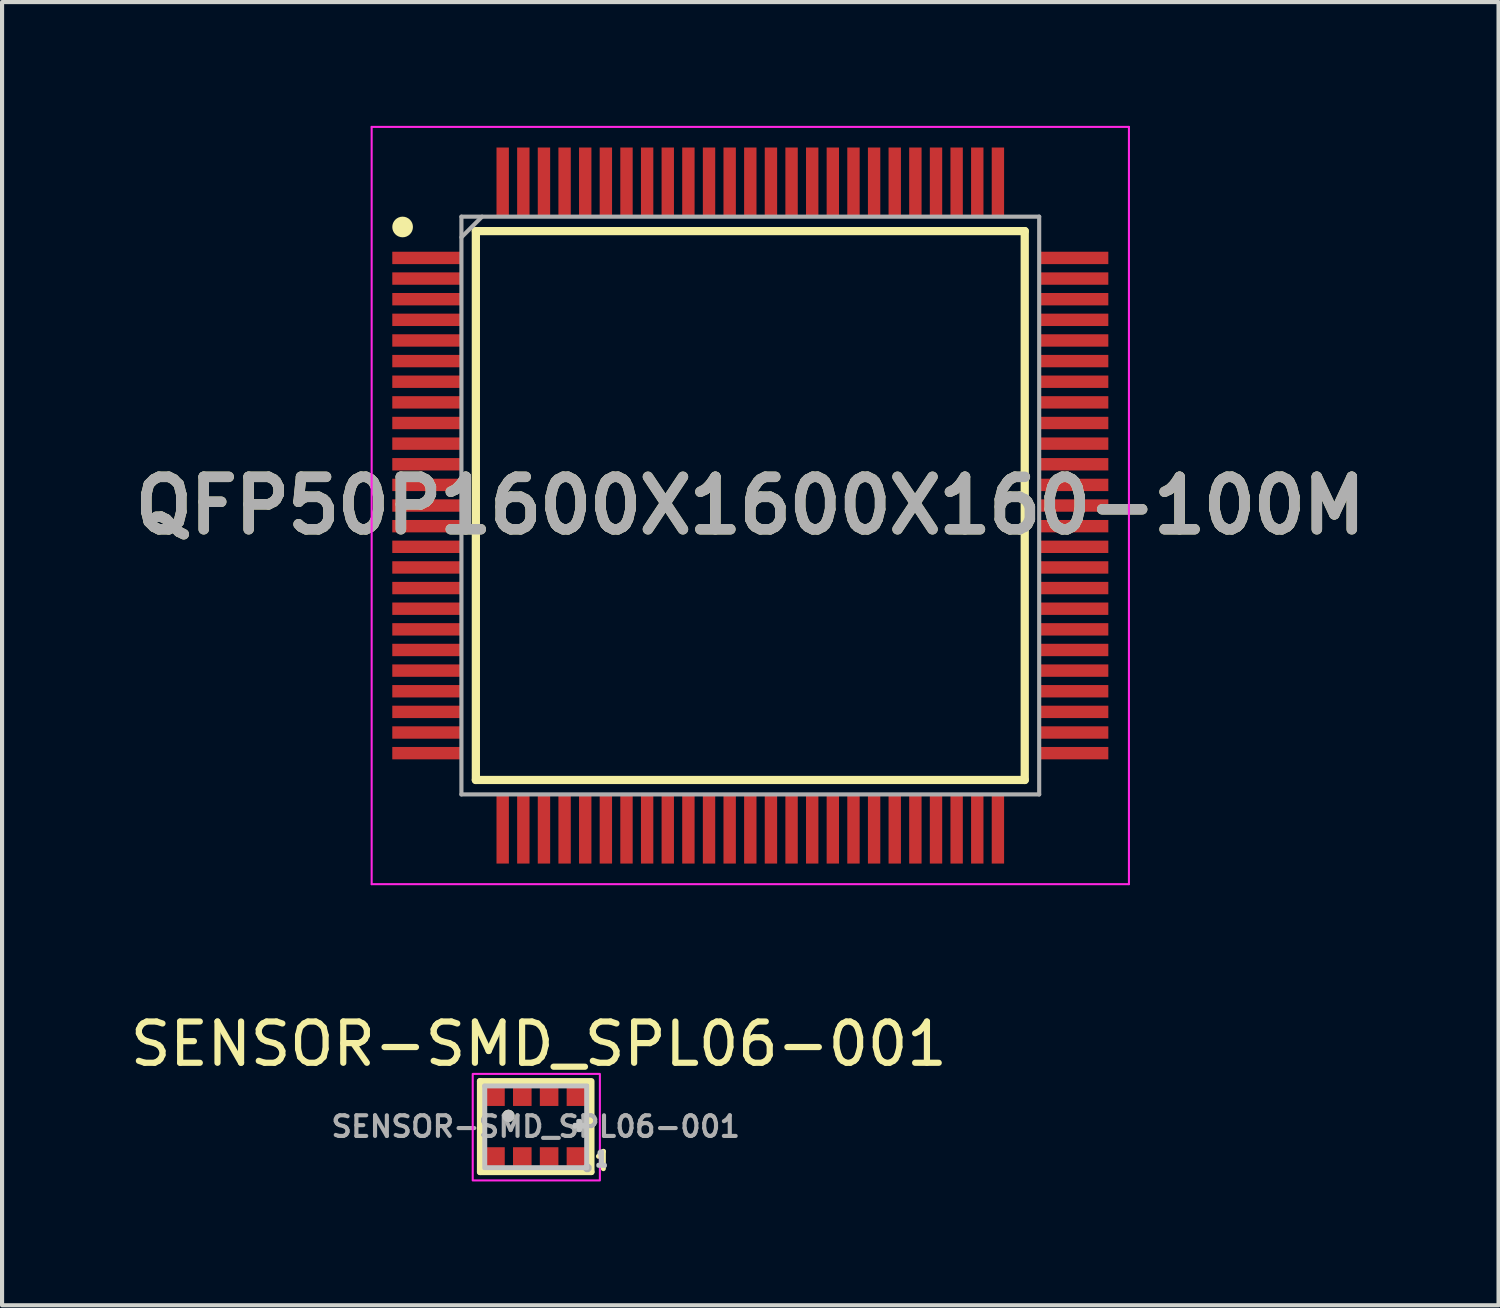
<source format=kicad_pcb>
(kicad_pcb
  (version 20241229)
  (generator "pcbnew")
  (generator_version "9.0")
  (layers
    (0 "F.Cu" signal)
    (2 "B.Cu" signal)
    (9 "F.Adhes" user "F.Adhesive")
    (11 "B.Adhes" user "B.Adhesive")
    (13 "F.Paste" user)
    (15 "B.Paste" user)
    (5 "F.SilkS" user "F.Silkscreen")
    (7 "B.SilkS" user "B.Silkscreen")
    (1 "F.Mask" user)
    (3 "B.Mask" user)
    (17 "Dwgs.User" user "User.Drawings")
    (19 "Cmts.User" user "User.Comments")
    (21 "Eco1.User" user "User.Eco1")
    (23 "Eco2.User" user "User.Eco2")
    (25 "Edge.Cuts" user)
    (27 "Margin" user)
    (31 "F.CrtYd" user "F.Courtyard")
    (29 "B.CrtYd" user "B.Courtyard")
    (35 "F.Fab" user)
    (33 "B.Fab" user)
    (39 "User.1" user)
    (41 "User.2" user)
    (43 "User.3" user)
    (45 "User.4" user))
  (footprint "QFP50P1600X1600X160-100M"
    (layer "F.Cu")
    (at 15.131 9.2)
    (property "Reference" "QFP50P1600X1600X160-100M" (at 0 0 0) (layer "F.SilkS") (effects (font (size 1.27 1.27) (thickness 0.254))))
    (attr smd)
    (fp_line (start -6.65 -6.65) (end 6.65 -6.65) (stroke (width 0.2) (type solid)) (layer "F.SilkS"))
    (fp_line (start -6.65 6.65) (end -6.65 -6.65) (stroke (width 0.2) (type solid)) (layer "F.SilkS"))
    (fp_line (start 6.65 -6.65) (end 6.65 6.65) (stroke (width 0.2) (type solid)) (layer "F.SilkS"))
    (fp_line (start 6.65 6.65) (end -6.65 6.65) (stroke (width 0.2) (type solid)) (layer "F.SilkS"))
    (fp_circle (center -8.425 -6.75) (end -8.425 -6.625) (stroke (width 0.25) (type solid)) (fill no) (layer "F.SilkS"))
    (fp_line (start -9.175 -9.175) (end 9.175 -9.175) (stroke (width 0.05) (type solid)) (layer "F.CrtYd"))
    (fp_line (start -9.175 9.175) (end -9.175 -9.175) (stroke (width 0.05) (type solid)) (layer "F.CrtYd"))
    (fp_line (start 9.175 -9.175) (end 9.175 9.175) (stroke (width 0.05) (type solid)) (layer "F.CrtYd"))
    (fp_line (start 9.175 9.175) (end -9.175 9.175) (stroke (width 0.05) (type solid)) (layer "F.CrtYd"))
    (fp_line (start -7 -7) (end 7 -7) (stroke (width 0.1) (type solid)) (layer "F.Fab"))
    (fp_line (start -7 -6.5) (end -6.5 -7) (stroke (width 0.1) (type solid)) (layer "F.Fab"))
    (fp_line (start -7 7) (end -7 -7) (stroke (width 0.1) (type solid)) (layer "F.Fab"))
    (fp_line (start 7 -7) (end 7 7) (stroke (width 0.1) (type solid)) (layer "F.Fab"))
    (fp_line (start 7 7) (end -7 7) (stroke (width 0.1) (type solid)) (layer "F.Fab"))
    (fp_text user "${REFERENCE}" (at 0 0 0) (layer "F.Fab") (effects (font (size 1.27 1.27) (thickness 0.254))))
    (pad "1" smd rect (at -7.838 -6 90) (size 0.3 1.675) (layers "F.Cu" "F.Mask" "F.Paste"))
    (pad "2" smd rect (at -7.838 -5.5 90) (size 0.3 1.675) (layers "F.Cu" "F.Mask" "F.Paste"))
    (pad "3" smd rect (at -7.838 -5 90) (size 0.3 1.675) (layers "F.Cu" "F.Mask" "F.Paste"))
    (pad "4" smd rect (at -7.838 -4.5 90) (size 0.3 1.675) (layers "F.Cu" "F.Mask" "F.Paste"))
    (pad "5" smd rect (at -7.838 -4 90) (size 0.3 1.675) (layers "F.Cu" "F.Mask" "F.Paste"))
    (pad "6" smd rect (at -7.838 -3.5 90) (size 0.3 1.675) (layers "F.Cu" "F.Mask" "F.Paste"))
    (pad "7" smd rect (at -7.838 -3 90) (size 0.3 1.675) (layers "F.Cu" "F.Mask" "F.Paste"))
    (pad "8" smd rect (at -7.838 -2.5 90) (size 0.3 1.675) (layers "F.Cu" "F.Mask" "F.Paste"))
    (pad "9" smd rect (at -7.838 -2 90) (size 0.3 1.675) (layers "F.Cu" "F.Mask" "F.Paste"))
    (pad "10" smd rect (at -7.838 -1.5 90) (size 0.3 1.675) (layers "F.Cu" "F.Mask" "F.Paste"))
    (pad "11" smd rect (at -7.838 -1 90) (size 0.3 1.675) (layers "F.Cu" "F.Mask" "F.Paste"))
    (pad "12" smd rect (at -7.838 -0.5 90) (size 0.3 1.675) (layers "F.Cu" "F.Mask" "F.Paste"))
    (pad "13" smd rect (at -7.838 0 90) (size 0.3 1.675) (layers "F.Cu" "F.Mask" "F.Paste"))
    (pad "14" smd rect (at -7.838 0.5 90) (size 0.3 1.675) (layers "F.Cu" "F.Mask" "F.Paste"))
    (pad "15" smd rect (at -7.838 1 90) (size 0.3 1.675) (layers "F.Cu" "F.Mask" "F.Paste"))
    (pad "16" smd rect (at -7.838 1.5 90) (size 0.3 1.675) (layers "F.Cu" "F.Mask" "F.Paste"))
    (pad "17" smd rect (at -7.838 2 90) (size 0.3 1.675) (layers "F.Cu" "F.Mask" "F.Paste"))
    (pad "18" smd rect (at -7.838 2.5 90) (size 0.3 1.675) (layers "F.Cu" "F.Mask" "F.Paste"))
    (pad "19" smd rect (at -7.838 3 90) (size 0.3 1.675) (layers "F.Cu" "F.Mask" "F.Paste"))
    (pad "20" smd rect (at -7.838 3.5 90) (size 0.3 1.675) (layers "F.Cu" "F.Mask" "F.Paste"))
    (pad "21" smd rect (at -7.838 4 90) (size 0.3 1.675) (layers "F.Cu" "F.Mask" "F.Paste"))
    (pad "22" smd rect (at -7.838 4.5 90) (size 0.3 1.675) (layers "F.Cu" "F.Mask" "F.Paste"))
    (pad "23" smd rect (at -7.838 5 90) (size 0.3 1.675) (layers "F.Cu" "F.Mask" "F.Paste"))
    (pad "24" smd rect (at -7.838 5.5 90) (size 0.3 1.675) (layers "F.Cu" "F.Mask" "F.Paste"))
    (pad "25" smd rect (at -7.838 6 90) (size 0.3 1.675) (layers "F.Cu" "F.Mask" "F.Paste"))
    (pad "26" smd rect (at -6 7.838) (size 0.3 1.675) (layers "F.Cu" "F.Mask" "F.Paste"))
    (pad "27" smd rect (at -5.5 7.838) (size 0.3 1.675) (layers "F.Cu" "F.Mask" "F.Paste"))
    (pad "28" smd rect (at -5 7.838) (size 0.3 1.675) (layers "F.Cu" "F.Mask" "F.Paste"))
    (pad "29" smd rect (at -4.5 7.838) (size 0.3 1.675) (layers "F.Cu" "F.Mask" "F.Paste"))
    (pad "30" smd rect (at -4 7.838) (size 0.3 1.675) (layers "F.Cu" "F.Mask" "F.Paste"))
    (pad "31" smd rect (at -3.5 7.838) (size 0.3 1.675) (layers "F.Cu" "F.Mask" "F.Paste"))
    (pad "32" smd rect (at -3 7.838) (size 0.3 1.675) (layers "F.Cu" "F.Mask" "F.Paste"))
    (pad "33" smd rect (at -2.5 7.838) (size 0.3 1.675) (layers "F.Cu" "F.Mask" "F.Paste"))
    (pad "34" smd rect (at -2 7.838) (size 0.3 1.675) (layers "F.Cu" "F.Mask" "F.Paste"))
    (pad "35" smd rect (at -1.5 7.838) (size 0.3 1.675) (layers "F.Cu" "F.Mask" "F.Paste"))
    (pad "36" smd rect (at -1 7.838) (size 0.3 1.675) (layers "F.Cu" "F.Mask" "F.Paste"))
    (pad "37" smd rect (at -0.5 7.838) (size 0.3 1.675) (layers "F.Cu" "F.Mask" "F.Paste"))
    (pad "38" smd rect (at 0 7.838) (size 0.3 1.675) (layers "F.Cu" "F.Mask" "F.Paste"))
    (pad "39" smd rect (at 0.5 7.838) (size 0.3 1.675) (layers "F.Cu" "F.Mask" "F.Paste"))
    (pad "40" smd rect (at 1 7.838) (size 0.3 1.675) (layers "F.Cu" "F.Mask" "F.Paste"))
    (pad "41" smd rect (at 1.5 7.838) (size 0.3 1.675) (layers "F.Cu" "F.Mask" "F.Paste"))
    (pad "42" smd rect (at 2 7.838) (size 0.3 1.675) (layers "F.Cu" "F.Mask" "F.Paste"))
    (pad "43" smd rect (at 2.5 7.838) (size 0.3 1.675) (layers "F.Cu" "F.Mask" "F.Paste"))
    (pad "44" smd rect (at 3 7.838) (size 0.3 1.675) (layers "F.Cu" "F.Mask" "F.Paste"))
    (pad "45" smd rect (at 3.5 7.838) (size 0.3 1.675) (layers "F.Cu" "F.Mask" "F.Paste"))
    (pad "46" smd rect (at 4 7.838) (size 0.3 1.675) (layers "F.Cu" "F.Mask" "F.Paste"))
    (pad "47" smd rect (at 4.5 7.838) (size 0.3 1.675) (layers "F.Cu" "F.Mask" "F.Paste"))
    (pad "48" smd rect (at 5 7.838) (size 0.3 1.675) (layers "F.Cu" "F.Mask" "F.Paste"))
    (pad "49" smd rect (at 5.5 7.838) (size 0.3 1.675) (layers "F.Cu" "F.Mask" "F.Paste"))
    (pad "50" smd rect (at 6 7.838) (size 0.3 1.675) (layers "F.Cu" "F.Mask" "F.Paste"))
    (pad "51" smd rect (at 7.838 6 90) (size 0.3 1.675) (layers "F.Cu" "F.Mask" "F.Paste"))
    (pad "52" smd rect (at 7.838 5.5 90) (size 0.3 1.675) (layers "F.Cu" "F.Mask" "F.Paste"))
    (pad "53" smd rect (at 7.838 5 90) (size 0.3 1.675) (layers "F.Cu" "F.Mask" "F.Paste"))
    (pad "54" smd rect (at 7.838 4.5 90) (size 0.3 1.675) (layers "F.Cu" "F.Mask" "F.Paste"))
    (pad "55" smd rect (at 7.838 4 90) (size 0.3 1.675) (layers "F.Cu" "F.Mask" "F.Paste"))
    (pad "56" smd rect (at 7.838 3.5 90) (size 0.3 1.675) (layers "F.Cu" "F.Mask" "F.Paste"))
    (pad "57" smd rect (at 7.838 3 90) (size 0.3 1.675) (layers "F.Cu" "F.Mask" "F.Paste"))
    (pad "58" smd rect (at 7.838 2.5 90) (size 0.3 1.675) (layers "F.Cu" "F.Mask" "F.Paste"))
    (pad "59" smd rect (at 7.838 2 90) (size 0.3 1.675) (layers "F.Cu" "F.Mask" "F.Paste"))
    (pad "60" smd rect (at 7.838 1.5 90) (size 0.3 1.675) (layers "F.Cu" "F.Mask" "F.Paste"))
    (pad "61" smd rect (at 7.838 1 90) (size 0.3 1.675) (layers "F.Cu" "F.Mask" "F.Paste"))
    (pad "62" smd rect (at 7.838 0.5 90) (size 0.3 1.675) (layers "F.Cu" "F.Mask" "F.Paste"))
    (pad "63" smd rect (at 7.838 0 90) (size 0.3 1.675) (layers "F.Cu" "F.Mask" "F.Paste"))
    (pad "64" smd rect (at 7.838 -0.5 90) (size 0.3 1.675) (layers "F.Cu" "F.Mask" "F.Paste"))
    (pad "65" smd rect (at 7.838 -1 90) (size 0.3 1.675) (layers "F.Cu" "F.Mask" "F.Paste"))
    (pad "66" smd rect (at 7.838 -1.5 90) (size 0.3 1.675) (layers "F.Cu" "F.Mask" "F.Paste"))
    (pad "67" smd rect (at 7.838 -2 90) (size 0.3 1.675) (layers "F.Cu" "F.Mask" "F.Paste"))
    (pad "68" smd rect (at 7.838 -2.5 90) (size 0.3 1.675) (layers "F.Cu" "F.Mask" "F.Paste"))
    (pad "69" smd rect (at 7.838 -3 90) (size 0.3 1.675) (layers "F.Cu" "F.Mask" "F.Paste"))
    (pad "70" smd rect (at 7.838 -3.5 90) (size 0.3 1.675) (layers "F.Cu" "F.Mask" "F.Paste"))
    (pad "71" smd rect (at 7.838 -4 90) (size 0.3 1.675) (layers "F.Cu" "F.Mask" "F.Paste"))
    (pad "72" smd rect (at 7.838 -4.5 90) (size 0.3 1.675) (layers "F.Cu" "F.Mask" "F.Paste"))
    (pad "73" smd rect (at 7.838 -5 90) (size 0.3 1.675) (layers "F.Cu" "F.Mask" "F.Paste"))
    (pad "74" smd rect (at 7.838 -5.5 90) (size 0.3 1.675) (layers "F.Cu" "F.Mask" "F.Paste"))
    (pad "75" smd rect (at 7.838 -6 90) (size 0.3 1.675) (layers "F.Cu" "F.Mask" "F.Paste"))
    (pad "76" smd rect (at 6 -7.838) (size 0.3 1.675) (layers "F.Cu" "F.Mask" "F.Paste"))
    (pad "77" smd rect (at 5.5 -7.838) (size 0.3 1.675) (layers "F.Cu" "F.Mask" "F.Paste"))
    (pad "78" smd rect (at 5 -7.838) (size 0.3 1.675) (layers "F.Cu" "F.Mask" "F.Paste"))
    (pad "79" smd rect (at 4.5 -7.838) (size 0.3 1.675) (layers "F.Cu" "F.Mask" "F.Paste"))
    (pad "80" smd rect (at 4 -7.838) (size 0.3 1.675) (layers "F.Cu" "F.Mask" "F.Paste"))
    (pad "81" smd rect (at 3.5 -7.838) (size 0.3 1.675) (layers "F.Cu" "F.Mask" "F.Paste"))
    (pad "82" smd rect (at 3 -7.838) (size 0.3 1.675) (layers "F.Cu" "F.Mask" "F.Paste"))
    (pad "83" smd rect (at 2.5 -7.838) (size 0.3 1.675) (layers "F.Cu" "F.Mask" "F.Paste"))
    (pad "84" smd rect (at 2 -7.838) (size 0.3 1.675) (layers "F.Cu" "F.Mask" "F.Paste"))
    (pad "85" smd rect (at 1.5 -7.838) (size 0.3 1.675) (layers "F.Cu" "F.Mask" "F.Paste"))
    (pad "86" smd rect (at 1 -7.838) (size 0.3 1.675) (layers "F.Cu" "F.Mask" "F.Paste"))
    (pad "87" smd rect (at 0.5 -7.838) (size 0.3 1.675) (layers "F.Cu" "F.Mask" "F.Paste"))
    (pad "88" smd rect (at 0 -7.838) (size 0.3 1.675) (layers "F.Cu" "F.Mask" "F.Paste"))
    (pad "89" smd rect (at -0.5 -7.838) (size 0.3 1.675) (layers "F.Cu" "F.Mask" "F.Paste"))
    (pad "90" smd rect (at -1 -7.838) (size 0.3 1.675) (layers "F.Cu" "F.Mask" "F.Paste"))
    (pad "91" smd rect (at -1.5 -7.838) (size 0.3 1.675) (layers "F.Cu" "F.Mask" "F.Paste"))
    (pad "92" smd rect (at -2 -7.838) (size 0.3 1.675) (layers "F.Cu" "F.Mask" "F.Paste"))
    (pad "93" smd rect (at -2.5 -7.838) (size 0.3 1.675) (layers "F.Cu" "F.Mask" "F.Paste"))
    (pad "94" smd rect (at -3 -7.838) (size 0.3 1.675) (layers "F.Cu" "F.Mask" "F.Paste"))
    (pad "95" smd rect (at -3.5 -7.838) (size 0.3 1.675) (layers "F.Cu" "F.Mask" "F.Paste"))
    (pad "96" smd rect (at -4 -7.838) (size 0.3 1.675) (layers "F.Cu" "F.Mask" "F.Paste"))
    (pad "97" smd rect (at -4.5 -7.838) (size 0.3 1.675) (layers "F.Cu" "F.Mask" "F.Paste"))
    (pad "98" smd rect (at -5 -7.838) (size 0.3 1.675) (layers "F.Cu" "F.Mask" "F.Paste"))
    (pad "99" smd rect (at -5.5 -7.838) (size 0.3 1.675) (layers "F.Cu" "F.Mask" "F.Paste"))
    (pad "100" smd rect (at -6 -7.838) (size 0.3 1.675) (layers "F.Cu" "F.Mask" "F.Paste")))
  (footprint "SENSOR-SMD_SPL06-001"
    (layer "F.Cu")
    (at 9.931 24.249)
    (property "Reference" "SENSOR-SMD_SPL06-001" (at 0.075 -2.001 0) (layer "F.SilkS") (effects (font (size 1 1) (thickness 0.15))))
    (fp_line (start -1.349 -1.1) (end -1.349 1.1) (stroke (width 0.152) (type default)) (layer "F.SilkS"))
    (fp_line (start -1.349 1.1) (end 1.349 1.1) (stroke (width 0.152) (type default)) (layer "F.SilkS"))
    (fp_line (start 1.3 -1.1) (end -1.349 -1.1) (stroke (width 0.152) (type default)) (layer "F.SilkS"))
    (fp_line (start 1.349 1.1) (end 1.349 -1.1) (stroke (width 0.152) (type default)) (layer "F.SilkS"))
    (fp_line (start 1.64 0.6) (end 1.52 0.72) (stroke (width 0.12) (type default)) (layer "F.SilkS"))
    (fp_line (start 1.64 1.02) (end 1.64 0.6) (stroke (width 0.12) (type default)) (layer "F.SilkS"))
    (fp_circle (center -0.66 -0.26) (end -0.585 -0.26) (stroke (width 0.15) (type default)) (fill no) (layer "F.SilkS"))
    (fp_poly (pts (xy 0.94 -0.04) (xy 1.16 -0.04) (xy 1.16 0) (xy 0.94 0)) (stroke (width 0) (type default)) (fill yes) (layer "F.SilkS"))
    (fp_poly (pts (xy 1.032 0.084) (xy 1.032 -0.136) (xy 1.073 -0.136) (xy 1.073 0.084)) (stroke (width 0) (type default)) (fill yes) (layer "F.SilkS"))
    (fp_circle (center -0.66 -0.26) (end -0.585 -0.26) (stroke (width 0.15) (type default)) (fill no) (layer "Dwgs.User"))
    (fp_poly (pts (xy 0.94 -0.04) (xy 1.16 -0.04) (xy 1.16 0) (xy 0.94 0)) (stroke (width 0.1) (type default)) (fill no) (layer "Dwgs.User"))
    (fp_poly (pts (xy 1.032 0.084) (xy 1.032 -0.136) (xy 1.073 -0.136) (xy 1.073 0.084)) (stroke (width 0.1) (type default)) (fill no) (layer "Dwgs.User"))
    (fp_poly (pts (xy -1.245 -0.995) (xy 1.245 -0.995) (xy 1.245 0.995) (xy 1.225 0.995) (xy 1.225 -0.975) (xy -1.245 -0.975)) (stroke (width 0.1) (type default)) (fill no) (layer "Dwgs.User"))
    (fp_poly (pts (xy 1.245 1.005) (xy -1.245 1.005) (xy -1.245 -0.985) (xy -1.225 -0.985) (xy -1.225 0.985) (xy 1.245 0.985)) (stroke (width 0.1) (type default)) (fill no) (layer "Dwgs.User"))
    (fp_poly (pts (xy 1.52 0.94) (xy 1.519 0.926) (xy 1.58 0.925) (xy 1.58 0.628) (xy 1.576 0.625) (xy 1.548 0.653) (xy 1.548 0.624) (xy 1.568 0.604) (xy 1.605 0.604) (xy 1.605 0.925) (xy 1.675 0.927) (xy 1.676 0.951) (xy 1.519 0.948) (xy 1.519 0.946)) (stroke (width 0.1) (type default)) (fill no) (layer "Dwgs.User"))
    (fp_rect (start -1.526 -1.276) (end 1.555 1.305) (stroke (width 0.05) (type default)) (fill no) (layer "F.CrtYd"))
    (fp_line (start -1.25 -1) (end 1.25 -1) (stroke (width 0.051) (type default)) (layer "F.Fab"))
    (fp_line (start -1.25 1) (end -1.25 -1) (stroke (width 0.051) (type default)) (layer "F.Fab"))
    (fp_line (start 1.25 -1) (end 1.25 1) (stroke (width 0.051) (type default)) (layer "F.Fab"))
    (fp_line (start 1.25 1) (end -1.25 1) (stroke (width 0.051) (type default)) (layer "F.Fab"))
    (fp_poly (pts (xy 1.305 0.977) (xy 1.273 0.945) (xy 1.227 0.945) (xy 1.195 0.977) (xy 1.195 1.023) (xy 1.227 1.055) (xy 1.273 1.055) (xy 1.305 1.023)) (stroke (width 0.1) (type default)) (fill no) (layer "F.Fab"))
    (fp_poly (pts (xy -1.15 -0.9) (xy -0.8 -0.9) (xy -0.8 -0.55) (xy -1.15 -0.55)) (stroke (width 0.1) (type default)) (fill no) (layer "User.1"))
    (fp_poly (pts (xy -1.15 0.55) (xy -0.8 0.55) (xy -0.8 0.9) (xy -1.15 0.9)) (stroke (width 0.1) (type default)) (fill no) (layer "User.1"))
    (fp_poly (pts (xy -0.5 -0.9) (xy -0.15 -0.9) (xy -0.15 -0.55) (xy -0.5 -0.55)) (stroke (width 0.1) (type default)) (fill no) (layer "User.1"))
    (fp_poly (pts (xy -0.5 0.55) (xy -0.15 0.55) (xy -0.15 0.9) (xy -0.5 0.9)) (stroke (width 0.1) (type default)) (fill no) (layer "User.1"))
    (fp_poly (pts (xy 0.15 -0.9) (xy 0.5 -0.9) (xy 0.5 -0.55) (xy 0.15 -0.55)) (stroke (width 0.1) (type default)) (fill no) (layer "User.1"))
    (fp_poly (pts (xy 0.15 0.55) (xy 0.5 0.55) (xy 0.5 0.9) (xy 0.15 0.9)) (stroke (width 0.1) (type default)) (fill no) (layer "User.1"))
    (fp_poly (pts (xy 0.8 -0.9) (xy 1.15 -0.9) (xy 1.15 -0.55) (xy 0.8 -0.55)) (stroke (width 0.1) (type default)) (fill no) (layer "User.1"))
    (fp_poly (pts (xy 0.8 0.55) (xy 1.15 0.55) (xy 1.15 0.9) (xy 0.8 0.9)) (stroke (width 0.1) (type default)) (fill no) (layer "User.1"))
    (fp_text user "${REFERENCE}" (at 0 0 0) (layer "F.Fab") (effects (font (size 0.5 0.5) (thickness 0.1))))
    (pad "1" smd rect (at 0.975 0.725) (size 0.45 0.45) (layers "F.Cu" "F.Mask" "F.Paste"))
    (pad "2" smd rect (at 0.325 0.725) (size 0.45 0.45) (layers "F.Cu" "F.Mask" "F.Paste"))
    (pad "3" smd rect (at -0.325 0.725) (size 0.45 0.45) (layers "F.Cu" "F.Mask" "F.Paste"))
    (pad "4" smd rect (at -0.975 0.725) (size 0.45 0.45) (layers "F.Cu" "F.Mask" "F.Paste"))
    (pad "5" smd rect (at -0.975 -0.725) (size 0.45 0.45) (layers "F.Cu" "F.Mask" "F.Paste"))
    (pad "6" smd rect (at -0.325 -0.725) (size 0.45 0.45) (layers "F.Cu" "F.Mask" "F.Paste"))
    (pad "7" smd rect (at 0.325 -0.725) (size 0.45 0.45) (layers "F.Cu" "F.Mask" "F.Paste"))
    (pad "8" smd rect (at 0.975 -0.725) (size 0.45 0.45) (layers "F.Cu" "F.Mask" "F.Paste")))
  (gr_rect
    (start -3 -3)
    (end 33.262 28.579)
    (stroke (width 0.1) (type default))
    (fill no)
    (layer "Edge.Cuts")))
</source>
